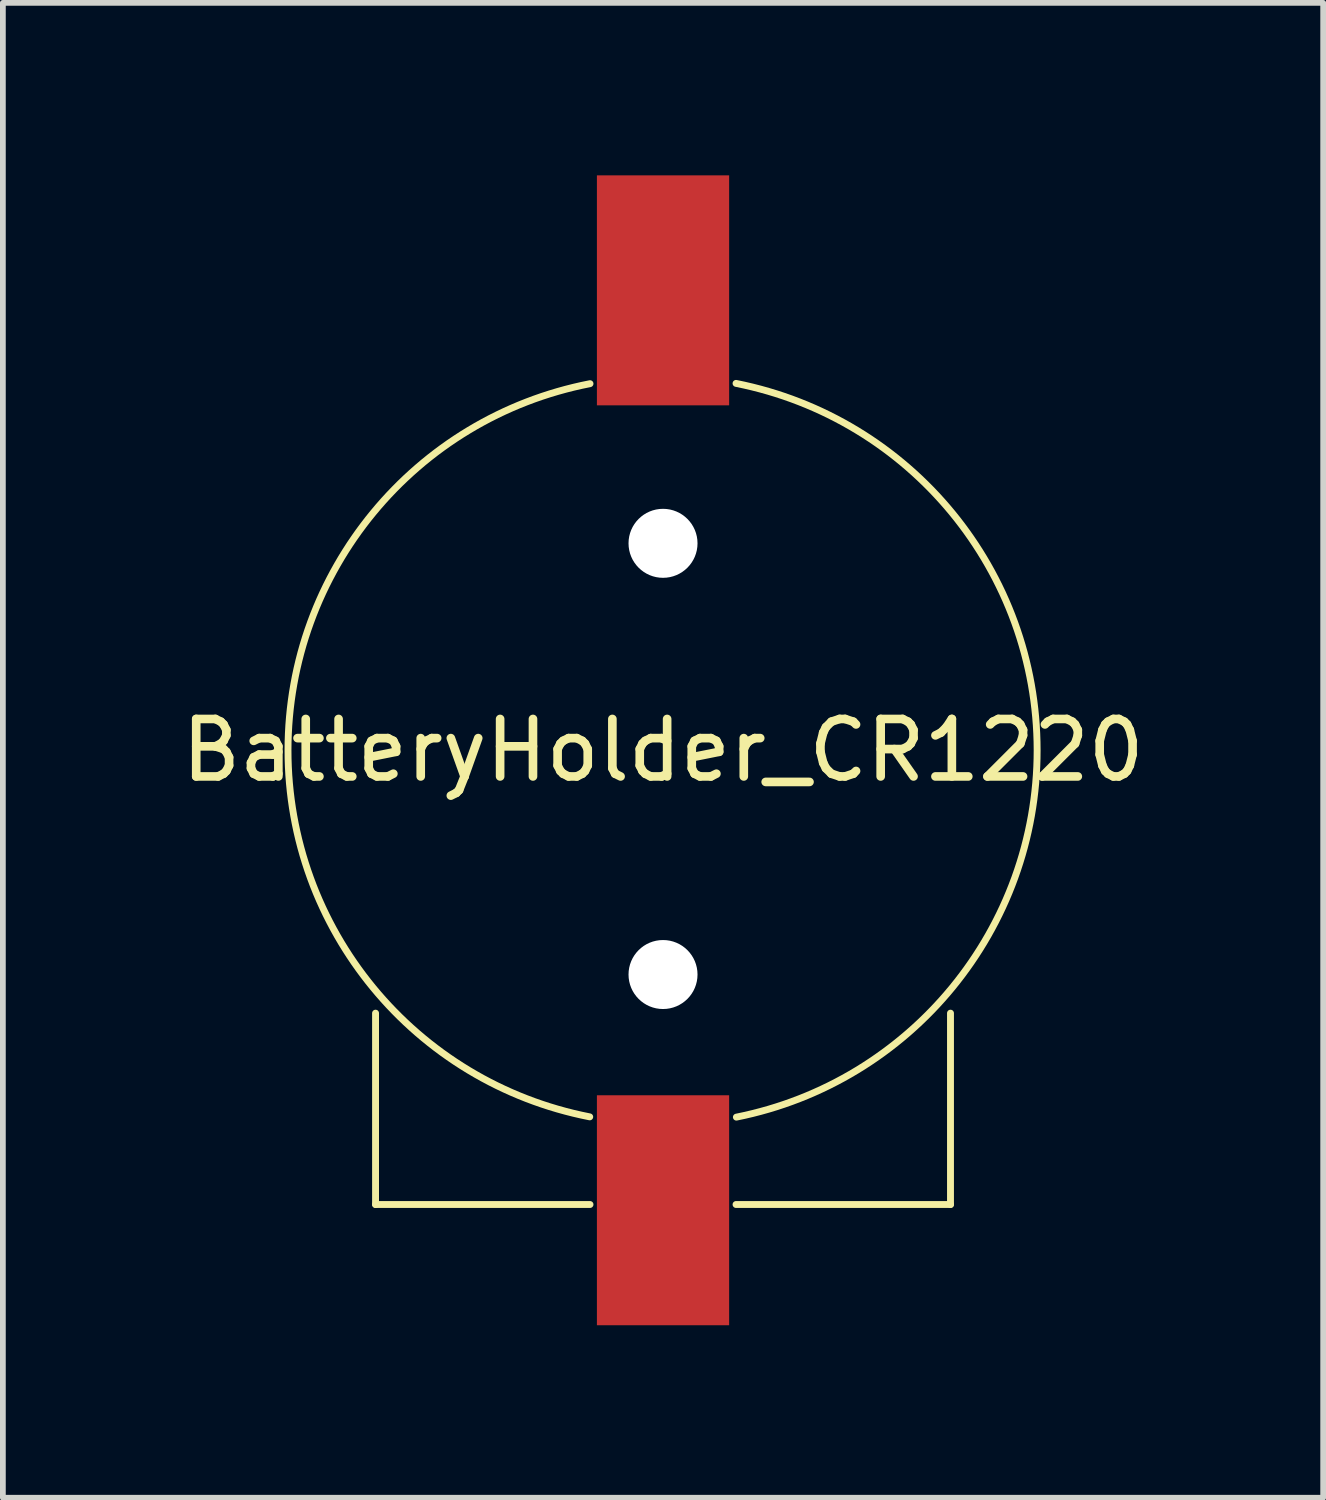
<source format=kicad_pcb>
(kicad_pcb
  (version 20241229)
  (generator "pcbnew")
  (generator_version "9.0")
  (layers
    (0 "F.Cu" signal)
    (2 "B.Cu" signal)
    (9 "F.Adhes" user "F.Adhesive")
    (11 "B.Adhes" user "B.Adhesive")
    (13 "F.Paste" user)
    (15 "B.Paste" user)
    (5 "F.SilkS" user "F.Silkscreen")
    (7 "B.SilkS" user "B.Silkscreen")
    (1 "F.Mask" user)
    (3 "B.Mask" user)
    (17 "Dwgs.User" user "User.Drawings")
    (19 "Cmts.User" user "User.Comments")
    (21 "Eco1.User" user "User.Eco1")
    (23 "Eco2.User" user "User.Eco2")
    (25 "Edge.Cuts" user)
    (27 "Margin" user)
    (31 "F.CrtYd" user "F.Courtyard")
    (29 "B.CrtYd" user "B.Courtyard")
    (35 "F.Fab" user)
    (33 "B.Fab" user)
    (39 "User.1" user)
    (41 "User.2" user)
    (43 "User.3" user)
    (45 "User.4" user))
  (footprint "BatteryHolder_CR1220"
    (layer "F.Cu")
    (at 8.482 10)
    (property "Reference" "BatteryHolder_CR1220" (at 0 0 0) (layer "F.SilkS") (effects (font (size 1 1) (thickness 0.15))))
    (attr through_hole)
    (fp_line (start -5 4.572) (end -5 7.9) (stroke (width 0.12) (type solid)) (layer "F.SilkS"))
    (fp_line (start -5 7.9) (end -1.27 7.9) (stroke (width 0.12) (type solid)) (layer "F.SilkS"))
    (fp_line (start 1.27 7.9) (end 5 7.9) (stroke (width 0.12) (type solid)) (layer "F.SilkS"))
    (fp_line (start 5 7.9) (end 5 4.572) (stroke (width 0.12) (type solid)) (layer "F.SilkS"))
    (fp_arc (start -1.275023 6.375642) (mid -6.522824 -0.002559) (end -1.27 -6.376624) (stroke (width 0.12) (type default)) (layer "F.SilkS"))
    (fp_arc (start 1.27 -6.381596) (mid 6.506738 -0.003098) (end 1.276077 6.380384) (stroke (width 0.12) (type default)) (layer "F.SilkS"))
    (pad "" np_thru_hole circle (at 0 -3.6) (size 1.2 1.2) (drill 1.2) (layers "*.Cu" "*.Mask"))
    (pad "" np_thru_hole circle (at 0 3.9) (size 1.2 1.2) (drill 1.2) (layers "*.Cu" "*.Mask"))
    (pad "1" smd rect (at 0 8) (size 2.3 4) (layers "F.Cu" "F.Mask" "F.Paste"))
    (pad "2" smd rect (at 0 -8) (size 2.3 4) (layers "F.Cu" "F.Mask" "F.Paste")))
  (gr_rect
    (start -3 -3)
    (end 19.964 23)
    (stroke (width 0.1) (type default))
    (fill no)
    (layer "Edge.Cuts")))
</source>
